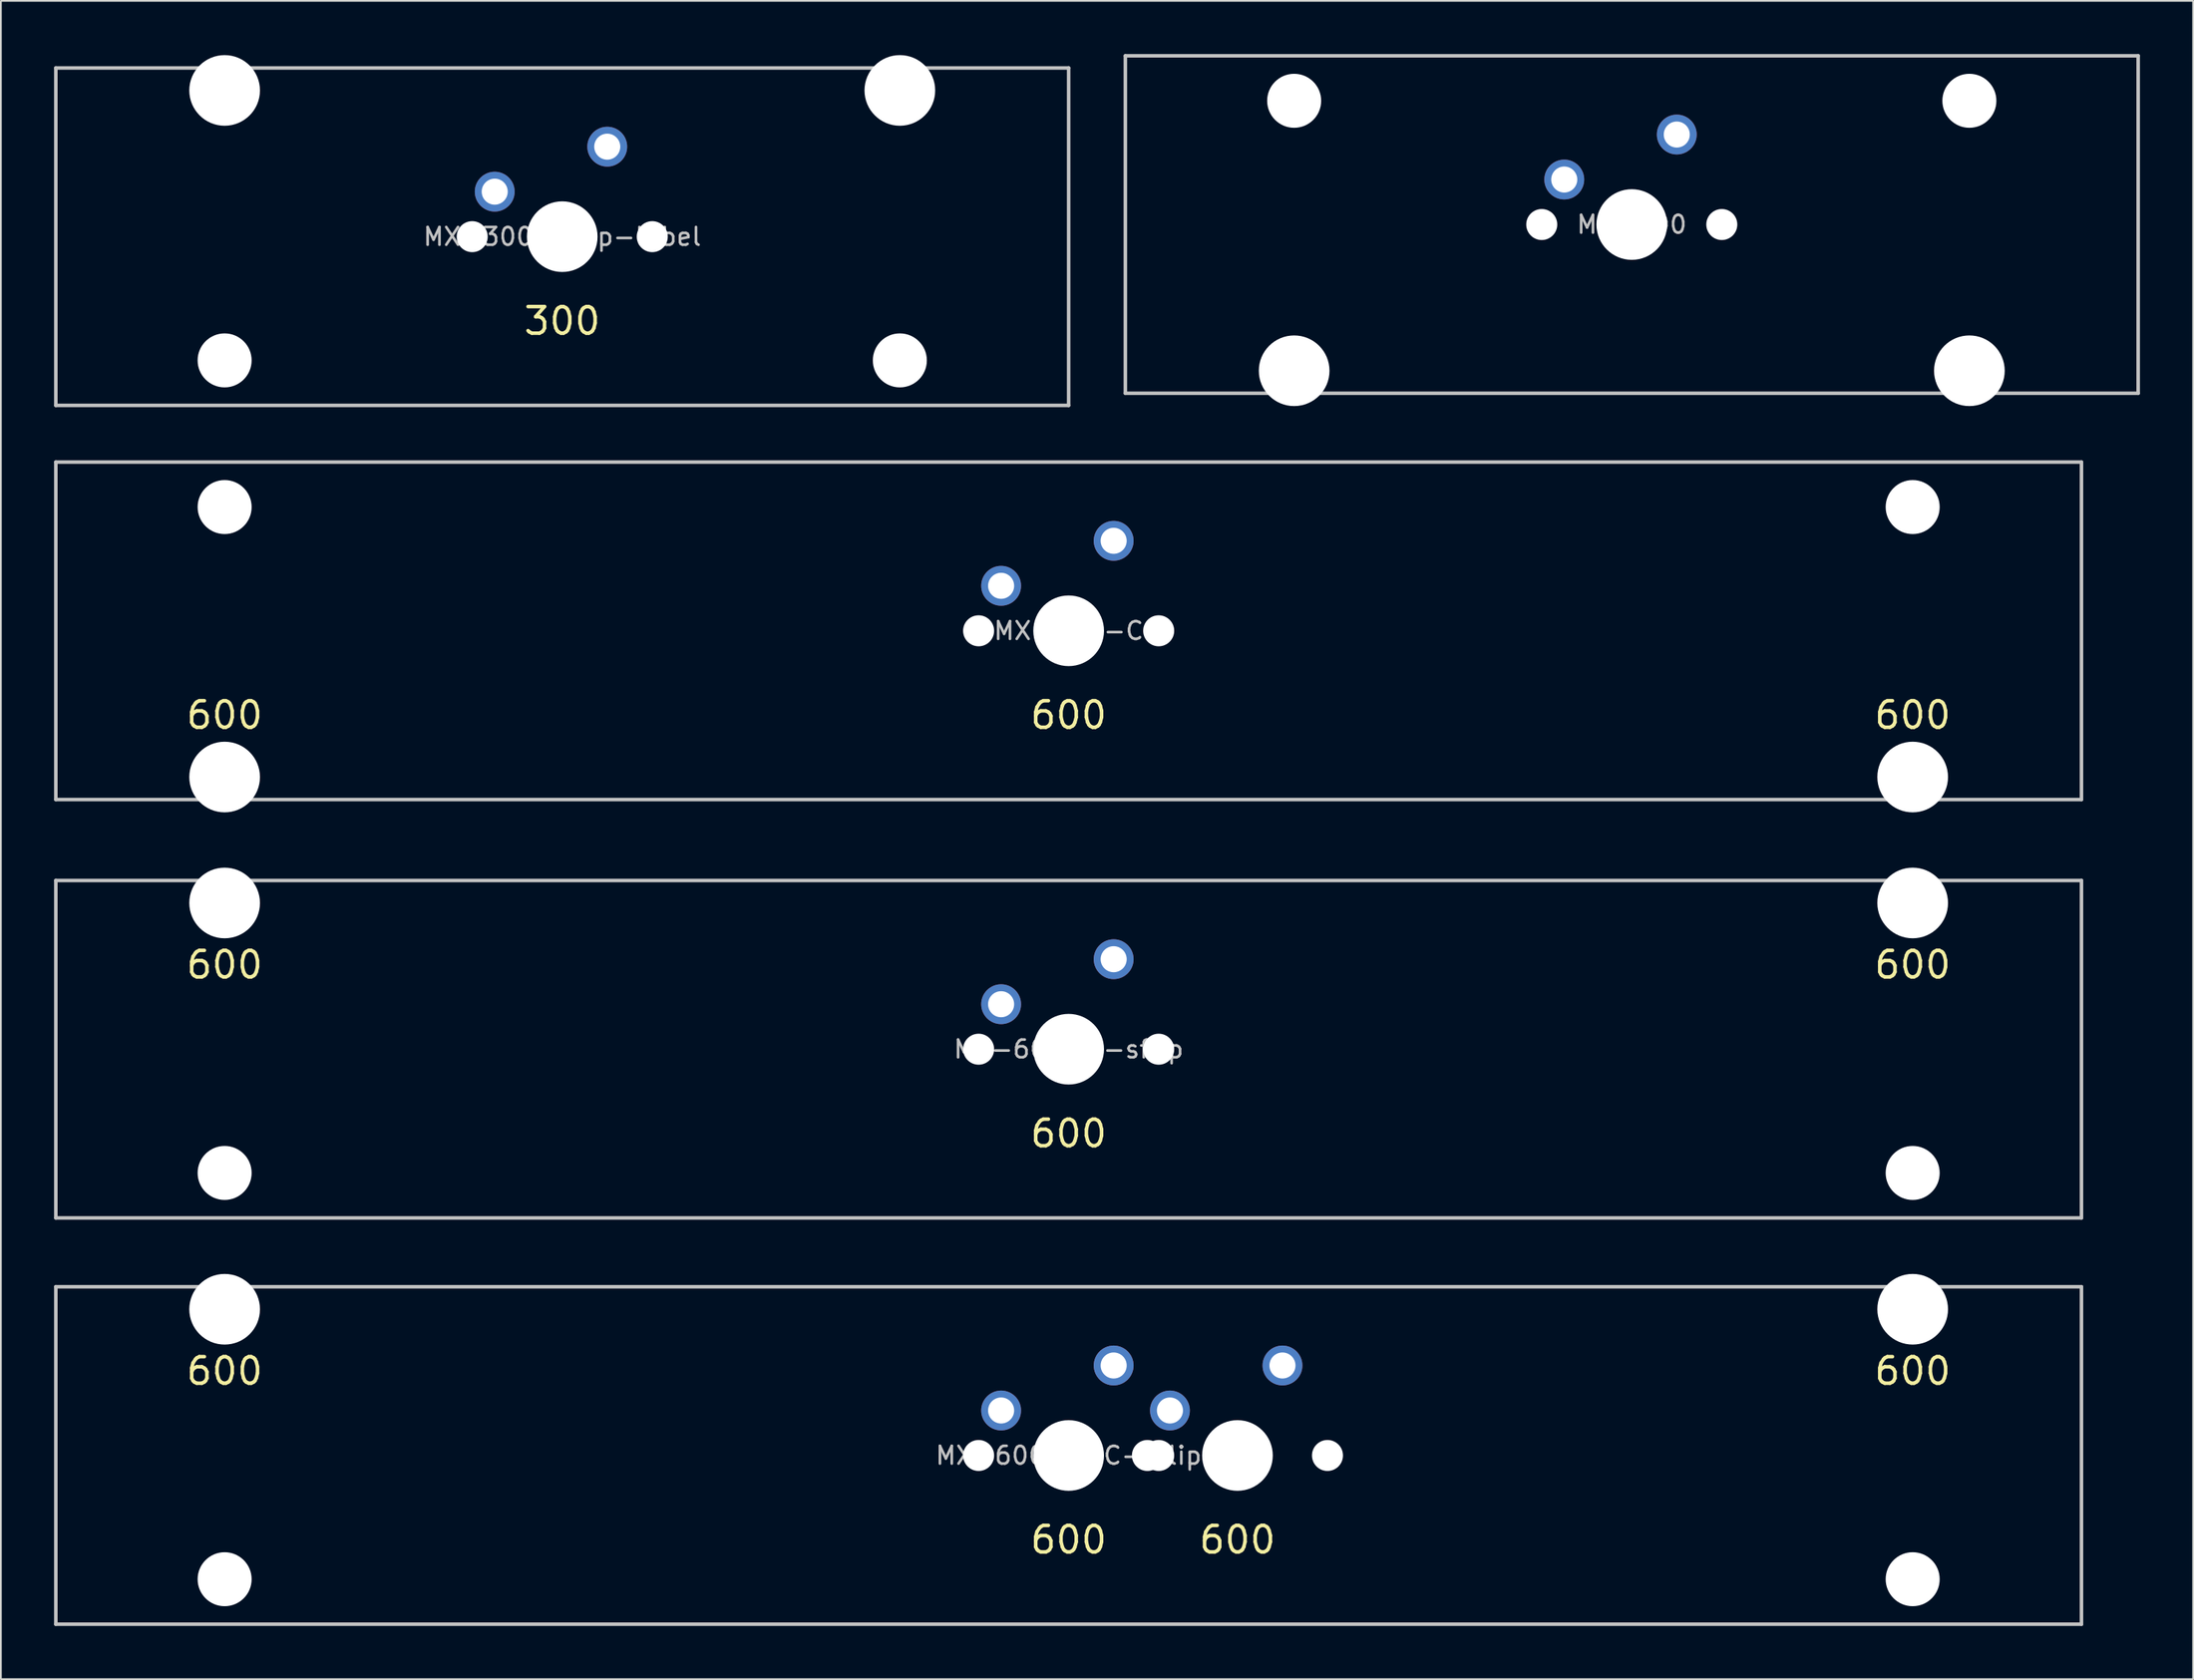
<source format=kicad_pcb>
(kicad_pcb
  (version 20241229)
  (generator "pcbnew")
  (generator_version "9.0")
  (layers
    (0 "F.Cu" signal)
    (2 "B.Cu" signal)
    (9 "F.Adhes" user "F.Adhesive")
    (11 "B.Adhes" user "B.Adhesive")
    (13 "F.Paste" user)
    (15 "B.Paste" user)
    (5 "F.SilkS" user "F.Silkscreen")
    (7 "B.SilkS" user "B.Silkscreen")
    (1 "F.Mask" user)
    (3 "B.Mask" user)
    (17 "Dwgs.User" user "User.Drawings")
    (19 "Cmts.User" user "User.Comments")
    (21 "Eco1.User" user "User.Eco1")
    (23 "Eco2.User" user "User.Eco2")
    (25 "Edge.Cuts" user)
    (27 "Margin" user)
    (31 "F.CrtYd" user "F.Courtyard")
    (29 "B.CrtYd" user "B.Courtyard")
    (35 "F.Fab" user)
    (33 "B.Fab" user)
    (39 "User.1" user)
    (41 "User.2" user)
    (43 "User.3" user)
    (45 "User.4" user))
  (footprint "MX-600-COC-sflip"
    (layer "F.Cu")
    (at 57.25 79.115)
    (property "Reference" "MX-600-COC-sflip" (at 0 0 0) (layer "Dwgs.User") (effects (font (size 1 1) (thickness 0.15))))
    (attr through_hole)
    (fp_line (start -57.15 -9.525) (end 57.15 -9.525) (stroke (width 0.2) (type solid)) (layer "Dwgs.User"))
    (fp_line (start -57.15 9.525) (end -57.15 -9.525) (stroke (width 0.2) (type solid)) (layer "Dwgs.User"))
    (fp_line (start -57.15 9.525) (end 57.15 9.525) (stroke (width 0.2) (type solid)) (layer "Dwgs.User"))
    (fp_line (start 57.15 -9.525) (end 57.15 9.525) (stroke (width 0.2) (type solid)) (layer "Dwgs.User"))
    (fp_line (start -51.055 -10.25) (end -51.055 8.95) (stroke (width 0.12) (type solid)) (layer "Eco1.User"))
    (fp_line (start -51.055 8.95) (end -44.195 8.95) (stroke (width 0.12) (type solid)) (layer "Eco1.User"))
    (fp_line (start -44.195 -7) (end -16.525 -7) (stroke (width 0.12) (type solid)) (layer "Eco1.User"))
    (fp_line (start -44.195 8.95) (end -44.195 -7) (stroke (width 0.12) (type solid)) (layer "Eco1.User"))
    (fp_line (start -16.525 7) (end -16.525 -7) (stroke (width 0.12) (type solid)) (layer "Eco1.User"))
    (fp_line (start 16.525 -7) (end 44.195 -7) (stroke (width 0.12) (type solid)) (layer "Eco1.User"))
    (fp_line (start 16.525 7) (end -16.525 7) (stroke (width 0.12) (type solid)) (layer "Eco1.User"))
    (fp_line (start 16.525 7) (end 16.525 -7) (stroke (width 0.12) (type solid)) (layer "Eco1.User"))
    (fp_line (start 44.195 -7) (end 44.195 8.95) (stroke (width 0.12) (type solid)) (layer "Eco1.User"))
    (fp_line (start 44.195 8.95) (end 51.055 8.95) (stroke (width 0.12) (type solid)) (layer "Eco1.User"))
    (fp_line (start 51.055 -10.25) (end -51.055 -10.25) (stroke (width 0.12) (type solid)) (layer "Eco1.User"))
    (fp_line (start 51.055 8.95) (end 51.055 -10.25) (stroke (width 0.12) (type solid)) (layer "Eco1.User"))
    (fp_circle (center -47.625 6.985) (end -50.125 6.985) (stroke (width 0.12) (type solid)) (fill no) (layer "Eco2.User"))
    (fp_circle (center 47.625 6.985) (end 45.125 6.985) (stroke (width 0.12) (type solid)) (fill no) (layer "Eco2.User"))
    (fp_text user "600" (at 0 4.763 0) (layer "F.SilkS") (effects (font (size 1.5 1.5) (thickness 0.2))))
    (fp_text user "600" (at 47.625 -4.763 0) (layer "F.SilkS") (effects (font (size 1.5 1.5) (thickness 0.2))))
    (fp_text user "600" (at -47.625 -4.763 0) (layer "F.SilkS") (effects (font (size 1.5 1.5) (thickness 0.2))))
    (fp_text user "600" (at 9.525 4.763 0) (layer "F.SilkS") (effects (font (size 1.5 1.5) (thickness 0.2))))
    (pad "" np_thru_hole circle (at -47.625 -8.255 180) (size 3.988 3.988) (drill 3.988) (layers "*.Cu" "*.Mask"))
    (pad "" np_thru_hole circle (at -47.625 6.985 180) (size 3.048 3.048) (drill 3.048) (layers "*.Cu" "*.Mask"))
    (pad "" np_thru_hole circle (at -5.08 0) (size 1.75 1.75) (drill 1.75) (layers "*.Cu" "*.Mask"))
    (pad "" np_thru_hole circle (at 0 0) (size 3.988 3.988) (drill 3.988) (layers "*.Cu" "*.Mask"))
    (pad "" np_thru_hole circle (at 4.445 0) (size 1.75 1.75) (drill 1.75) (layers "*.Cu" "*.Mask"))
    (pad "" np_thru_hole circle (at 5.08 0) (size 1.75 1.75) (drill 1.75) (layers "*.Cu" "*.Mask"))
    (pad "" np_thru_hole circle (at 9.525 0) (size 3.988 3.988) (drill 3.988) (layers "*.Cu" "*.Mask"))
    (pad "" np_thru_hole circle (at 14.605 0) (size 1.75 1.75) (drill 1.75) (layers "*.Cu" "*.Mask"))
    (pad "" np_thru_hole circle (at 47.625 -8.255 180) (size 3.988 3.988) (drill 3.988) (layers "*.Cu" "*.Mask"))
    (pad "" np_thru_hole circle (at 47.625 6.985 180) (size 3.048 3.048) (drill 3.048) (layers "*.Cu" "*.Mask"))
    (pad "1" thru_hole circle (at 2.54 -5.08) (size 2.25 2.25) (drill 1.47) (layers "*.Cu" "B.Mask"))
    (pad "1" thru_hole circle (at 5.715 -2.54) (size 2.25 2.25) (drill 1.47) (layers "*.Cu" "B.Mask"))
    (pad "2" thru_hole circle (at -3.81 -2.54) (size 2.25 2.25) (drill 1.47) (layers "*.Cu" "B.Mask"))
    (pad "2" thru_hole circle (at 12.065 -5.08) (size 2.25 2.25) (drill 1.47) (layers "*.Cu" "B.Mask")))
  (footprint "MX-300-sflip-label"
    (layer "F.Cu")
    (at 28.675 10.31)
    (property "Reference" "MX-300-sflip-label" (at 0 0 0) (layer "Dwgs.User") (effects (font (size 1 1) (thickness 0.15))))
    (attr through_hole)
    (fp_line (start -28.575 -9.525) (end 28.575 -9.525) (stroke (width 0.2) (type solid)) (layer "Dwgs.User"))
    (fp_line (start -28.575 9.525) (end -28.575 -9.525) (stroke (width 0.2) (type solid)) (layer "Dwgs.User"))
    (fp_line (start -28.575 9.525) (end 28.575 9.525) (stroke (width 0.2) (type solid)) (layer "Dwgs.User"))
    (fp_line (start 28.575 -9.525) (end 28.575 9.525) (stroke (width 0.2) (type solid)) (layer "Dwgs.User"))
    (fp_line (start -22.48 -10.25) (end -22.48 8.95) (stroke (width 0.12) (type solid)) (layer "Eco1.User"))
    (fp_line (start -22.48 8.95) (end -15.62 8.95) (stroke (width 0.12) (type solid)) (layer "Eco1.User"))
    (fp_line (start -15.62 -7) (end -7 -7) (stroke (width 0.12) (type solid)) (layer "Eco1.User"))
    (fp_line (start -15.62 8.95) (end -15.62 -7) (stroke (width 0.12) (type solid)) (layer "Eco1.User"))
    (fp_line (start -7 7) (end -7 -7) (stroke (width 0.12) (type solid)) (layer "Eco1.User"))
    (fp_line (start 7 -7) (end 15.62 -7) (stroke (width 0.12) (type solid)) (layer "Eco1.User"))
    (fp_line (start 7 7) (end -7 7) (stroke (width 0.12) (type solid)) (layer "Eco1.User"))
    (fp_line (start 7 7) (end 7 -7) (stroke (width 0.12) (type solid)) (layer "Eco1.User"))
    (fp_line (start 15.62 -7) (end 15.62 8.95) (stroke (width 0.12) (type solid)) (layer "Eco1.User"))
    (fp_line (start 15.62 8.95) (end 22.48 8.95) (stroke (width 0.12) (type solid)) (layer "Eco1.User"))
    (fp_line (start 22.48 -10.25) (end -22.48 -10.25) (stroke (width 0.12) (type solid)) (layer "Eco1.User"))
    (fp_line (start 22.48 8.95) (end 22.48 -10.25) (stroke (width 0.12) (type solid)) (layer "Eco1.User"))
    (fp_circle (center -19.05 6.985) (end -21.55 6.985) (stroke (width 0.12) (type solid)) (fill no) (layer "Eco2.User"))
    (fp_circle (center 19.05 6.985) (end 16.55 6.985) (stroke (width 0.12) (type solid)) (fill no) (layer "Eco2.User"))
    (fp_text user "300" (at 0 4.763 0) (layer "F.SilkS") (effects (font (size 1.5 1.5) (thickness 0.2))))
    (pad "" np_thru_hole circle (at -19.05 -8.255 180) (size 3.988 3.988) (drill 3.988) (layers "*.Cu" "*.Mask"))
    (pad "" np_thru_hole circle (at -19.05 6.985 180) (size 3.048 3.048) (drill 3.048) (layers "*.Cu" "*.Mask"))
    (pad "" np_thru_hole circle (at -5.08 0) (size 1.75 1.75) (drill 1.75) (layers "*.Cu" "*.Mask"))
    (pad "" np_thru_hole circle (at 0 0) (size 3.988 3.988) (drill 3.988) (layers "*.Cu" "*.Mask"))
    (pad "" np_thru_hole circle (at 5.08 0) (size 1.75 1.75) (drill 1.75) (layers "*.Cu" "*.Mask"))
    (pad "" np_thru_hole circle (at 19.05 -8.255 180) (size 3.988 3.988) (drill 3.988) (layers "*.Cu" "*.Mask"))
    (pad "" np_thru_hole circle (at 19.05 6.985 180) (size 3.048 3.048) (drill 3.048) (layers "*.Cu" "*.Mask"))
    (pad "1" thru_hole circle (at 2.54 -5.08) (size 2.25 2.25) (drill 1.47) (layers "*.Cu" "B.Mask"))
    (pad "2" thru_hole circle (at -3.81 -2.54) (size 2.25 2.25) (drill 1.47) (layers "*.Cu" "B.Mask")))
  (footprint "MX-600-C-sflip"
    (layer "F.Cu")
    (at 57.25 56.18)
    (property "Reference" "MX-600-C-sflip" (at 0 0 0) (layer "Dwgs.User") (effects (font (size 1 1) (thickness 0.15))))
    (attr through_hole)
    (fp_line (start -57.15 -9.525) (end 57.15 -9.525) (stroke (width 0.2) (type solid)) (layer "Dwgs.User"))
    (fp_line (start -57.15 9.525) (end -57.15 -9.525) (stroke (width 0.2) (type solid)) (layer "Dwgs.User"))
    (fp_line (start -57.15 9.525) (end 57.15 9.525) (stroke (width 0.2) (type solid)) (layer "Dwgs.User"))
    (fp_line (start 57.15 -9.525) (end 57.15 9.525) (stroke (width 0.2) (type solid)) (layer "Dwgs.User"))
    (fp_line (start -51.055 -10.25) (end -51.055 8.95) (stroke (width 0.12) (type solid)) (layer "Eco1.User"))
    (fp_line (start -51.055 8.95) (end -44.195 8.95) (stroke (width 0.12) (type solid)) (layer "Eco1.User"))
    (fp_line (start -44.195 -7) (end -7 -7) (stroke (width 0.12) (type solid)) (layer "Eco1.User"))
    (fp_line (start -44.195 8.95) (end -44.195 -7) (stroke (width 0.12) (type solid)) (layer "Eco1.User"))
    (fp_line (start -7 7) (end -7 -7) (stroke (width 0.12) (type solid)) (layer "Eco1.User"))
    (fp_line (start 7 -7) (end 44.195 -7) (stroke (width 0.12) (type solid)) (layer "Eco1.User"))
    (fp_line (start 7 7) (end -7 7) (stroke (width 0.12) (type solid)) (layer "Eco1.User"))
    (fp_line (start 7 7) (end 7 -7) (stroke (width 0.12) (type solid)) (layer "Eco1.User"))
    (fp_line (start 44.195 -7) (end 44.195 8.95) (stroke (width 0.12) (type solid)) (layer "Eco1.User"))
    (fp_line (start 44.195 8.95) (end 51.055 8.95) (stroke (width 0.12) (type solid)) (layer "Eco1.User"))
    (fp_line (start 51.055 -10.25) (end -51.055 -10.25) (stroke (width 0.12) (type solid)) (layer "Eco1.User"))
    (fp_line (start 51.055 8.95) (end 51.055 -10.25) (stroke (width 0.12) (type solid)) (layer "Eco1.User"))
    (fp_circle (center -47.625 6.985) (end -50.125 6.985) (stroke (width 0.12) (type solid)) (fill no) (layer "Eco2.User"))
    (fp_circle (center 47.625 6.985) (end 45.125 6.985) (stroke (width 0.12) (type solid)) (fill no) (layer "Eco2.User"))
    (fp_text user "600" (at 0 4.763 0) (layer "F.SilkS") (effects (font (size 1.5 1.5) (thickness 0.2))))
    (fp_text user "600" (at 47.625 -4.763 0) (layer "F.SilkS") (effects (font (size 1.5 1.5) (thickness 0.2))))
    (fp_text user "600" (at -47.625 -4.763 0) (layer "F.SilkS") (effects (font (size 1.5 1.5) (thickness 0.2))))
    (pad "" np_thru_hole circle (at -47.625 -8.255 180) (size 3.988 3.988) (drill 3.988) (layers "*.Cu" "*.Mask"))
    (pad "" np_thru_hole circle (at -47.625 6.985 180) (size 3.048 3.048) (drill 3.048) (layers "*.Cu" "*.Mask"))
    (pad "" np_thru_hole circle (at -5.08 0) (size 1.75 1.75) (drill 1.75) (layers "*.Cu" "*.Mask"))
    (pad "" np_thru_hole circle (at 0 0) (size 3.988 3.988) (drill 3.988) (layers "*.Cu" "*.Mask"))
    (pad "" np_thru_hole circle (at 5.08 0) (size 1.75 1.75) (drill 1.75) (layers "*.Cu" "*.Mask"))
    (pad "" np_thru_hole circle (at 47.625 -8.255 180) (size 3.988 3.988) (drill 3.988) (layers "*.Cu" "*.Mask"))
    (pad "" np_thru_hole circle (at 47.625 6.985 180) (size 3.048 3.048) (drill 3.048) (layers "*.Cu" "*.Mask"))
    (pad "1" thru_hole circle (at 2.54 -5.08) (size 2.25 2.25) (drill 1.47) (layers "*.Cu" "B.Mask"))
    (pad "2" thru_hole circle (at -3.81 -2.54) (size 2.25 2.25) (drill 1.47) (layers "*.Cu" "B.Mask")))
  (footprint "MX-600-C"
    (layer "F.Cu")
    (at 57.25 32.56)
    (property "Reference" "MX-600-C" (at 0 0 0) (layer "Dwgs.User") (effects (font (size 1 1) (thickness 0.15))))
    (attr through_hole)
    (fp_line (start -57.15 9.525) (end -57.15 -9.525) (stroke (width 0.2) (type solid)) (layer "Dwgs.User"))
    (fp_line (start 57.15 -9.525) (end -57.15 -9.525) (stroke (width 0.2) (type solid)) (layer "Dwgs.User"))
    (fp_line (start 57.15 -9.525) (end 57.15 9.525) (stroke (width 0.2) (type solid)) (layer "Dwgs.User"))
    (fp_line (start 57.15 9.525) (end -57.15 9.525) (stroke (width 0.2) (type solid)) (layer "Dwgs.User"))
    (fp_line (start -51.055 -8.95) (end -51.055 10.25) (stroke (width 0.12) (type solid)) (layer "Eco1.User"))
    (fp_line (start -51.055 10.25) (end 51.055 10.25) (stroke (width 0.12) (type solid)) (layer "Eco1.User"))
    (fp_line (start -44.195 -8.95) (end -51.055 -8.95) (stroke (width 0.12) (type solid)) (layer "Eco1.User"))
    (fp_line (start -44.195 7) (end -44.195 -8.95) (stroke (width 0.12) (type solid)) (layer "Eco1.User"))
    (fp_line (start -7 -7) (end -7 7) (stroke (width 0.12) (type solid)) (layer "Eco1.User"))
    (fp_line (start -7 -7) (end 7 -7) (stroke (width 0.12) (type solid)) (layer "Eco1.User"))
    (fp_line (start -7 7) (end -44.195 7) (stroke (width 0.12) (type solid)) (layer "Eco1.User"))
    (fp_line (start 7 -7) (end 7 7) (stroke (width 0.12) (type solid)) (layer "Eco1.User"))
    (fp_line (start 44.195 -8.95) (end 44.195 7) (stroke (width 0.12) (type solid)) (layer "Eco1.User"))
    (fp_line (start 44.195 7) (end 7 7) (stroke (width 0.12) (type solid)) (layer "Eco1.User"))
    (fp_line (start 51.055 -8.95) (end 44.195 -8.95) (stroke (width 0.12) (type solid)) (layer "Eco1.User"))
    (fp_line (start 51.055 10.25) (end 51.055 -8.95) (stroke (width 0.12) (type solid)) (layer "Eco1.User"))
    (fp_circle (center -47.625 -6.985) (end -45.125 -6.985) (stroke (width 0.12) (type solid)) (fill no) (layer "Eco2.User"))
    (fp_circle (center 47.625 -6.985) (end 50.125 -6.985) (stroke (width 0.12) (type solid)) (fill no) (layer "Eco2.User"))
    (fp_text user "600" (at 47.625 4.763 0) (layer "F.SilkS") (effects (font (size 1.5 1.5) (thickness 0.2))))
    (fp_text user "600" (at 0 4.763 0) (layer "F.SilkS") (effects (font (size 1.5 1.5) (thickness 0.2))))
    (fp_text user "600" (at -47.625 4.763 0) (layer "F.SilkS") (effects (font (size 1.5 1.5) (thickness 0.2))))
    (pad "" np_thru_hole circle (at -47.625 -6.985) (size 3.048 3.048) (drill 3.048) (layers "*.Cu" "*.Mask"))
    (pad "" np_thru_hole circle (at -47.625 8.255) (size 3.988 3.988) (drill 3.988) (layers "*.Cu" "*.Mask"))
    (pad "" np_thru_hole circle (at -5.08 0) (size 1.75 1.75) (drill 1.75) (layers "*.Cu" "*.Mask"))
    (pad "" np_thru_hole circle (at 0 0) (size 3.988 3.988) (drill 3.988) (layers "*.Cu" "*.Mask"))
    (pad "" np_thru_hole circle (at 5.08 0) (size 1.75 1.75) (drill 1.75) (layers "*.Cu" "*.Mask"))
    (pad "" np_thru_hole circle (at 47.625 -6.985) (size 3.048 3.048) (drill 3.048) (layers "*.Cu" "*.Mask"))
    (pad "" np_thru_hole circle (at 47.625 8.255) (size 3.988 3.988) (drill 3.988) (layers "*.Cu" "*.Mask"))
    (pad "1" thru_hole circle (at 2.54 -5.08) (size 2.25 2.25) (drill 1.47) (layers "*.Cu" "B.Mask"))
    (pad "2" thru_hole circle (at -3.81 -2.54) (size 2.25 2.25) (drill 1.47) (layers "*.Cu" "B.Mask")))
  (footprint "MX-300"
    (layer "F.Cu")
    (at 89.025 9.625)
    (property "Reference" "MX-300" (at 0 0 0) (layer "Dwgs.User") (effects (font (size 1 1) (thickness 0.15))))
    (attr through_hole)
    (fp_line (start -28.575 9.525) (end -28.575 -9.525) (stroke (width 0.2) (type solid)) (layer "Dwgs.User"))
    (fp_line (start 28.575 -9.525) (end -28.575 -9.525) (stroke (width 0.2) (type solid)) (layer "Dwgs.User"))
    (fp_line (start 28.575 -9.525) (end 28.575 9.525) (stroke (width 0.2) (type solid)) (layer "Dwgs.User"))
    (fp_line (start 28.575 9.525) (end -28.575 9.525) (stroke (width 0.2) (type solid)) (layer "Dwgs.User"))
    (fp_line (start -22.48 -8.95) (end -22.48 10.25) (stroke (width 0.12) (type solid)) (layer "Eco1.User"))
    (fp_line (start -22.48 10.25) (end 22.48 10.25) (stroke (width 0.12) (type solid)) (layer "Eco1.User"))
    (fp_line (start -15.62 -8.95) (end -22.48 -8.95) (stroke (width 0.12) (type solid)) (layer "Eco1.User"))
    (fp_line (start -15.62 7) (end -15.62 -8.95) (stroke (width 0.12) (type solid)) (layer "Eco1.User"))
    (fp_line (start -7 -7) (end -7 7) (stroke (width 0.12) (type solid)) (layer "Eco1.User"))
    (fp_line (start -7 -7) (end 7 -7) (stroke (width 0.12) (type solid)) (layer "Eco1.User"))
    (fp_line (start -7 7) (end -15.62 7) (stroke (width 0.12) (type solid)) (layer "Eco1.User"))
    (fp_line (start 7 -7) (end 7 7) (stroke (width 0.12) (type solid)) (layer "Eco1.User"))
    (fp_line (start 15.62 -8.95) (end 15.62 7) (stroke (width 0.12) (type solid)) (layer "Eco1.User"))
    (fp_line (start 15.62 7) (end 7 7) (stroke (width 0.12) (type solid)) (layer "Eco1.User"))
    (fp_line (start 22.48 -8.95) (end 15.62 -8.95) (stroke (width 0.12) (type solid)) (layer "Eco1.User"))
    (fp_line (start 22.48 10.25) (end 22.48 -8.95) (stroke (width 0.12) (type solid)) (layer "Eco1.User"))
    (fp_circle (center -19.05 -6.985) (end -16.55 -6.985) (stroke (width 0.12) (type solid)) (fill no) (layer "Eco2.User"))
    (fp_circle (center 19.05 -6.985) (end 21.55 -6.985) (stroke (width 0.12) (type solid)) (fill no) (layer "Eco2.User"))
    (pad "" np_thru_hole circle (at -19.05 -6.985) (size 3.048 3.048) (drill 3.048) (layers "*.Cu" "*.Mask"))
    (pad "" np_thru_hole circle (at -19.05 8.255) (size 3.988 3.988) (drill 3.988) (layers "*.Cu" "*.Mask"))
    (pad "" np_thru_hole circle (at -5.08 0) (size 1.75 1.75) (drill 1.75) (layers "*.Cu" "*.Mask"))
    (pad "" np_thru_hole circle (at 0 0) (size 3.988 3.988) (drill 3.988) (layers "*.Cu" "*.Mask"))
    (pad "" np_thru_hole circle (at 5.08 0) (size 1.75 1.75) (drill 1.75) (layers "*.Cu" "*.Mask"))
    (pad "" np_thru_hole circle (at 19.05 -6.985) (size 3.048 3.048) (drill 3.048) (layers "*.Cu" "*.Mask"))
    (pad "" np_thru_hole circle (at 19.05 8.255) (size 3.988 3.988) (drill 3.988) (layers "*.Cu" "*.Mask"))
    (pad "1" thru_hole circle (at 2.54 -5.08) (size 2.25 2.25) (drill 1.47) (layers "*.Cu" "B.Mask"))
    (pad "2" thru_hole circle (at -3.81 -2.54) (size 2.25 2.25) (drill 1.47) (layers "*.Cu" "B.Mask")))
  (gr_rect
    (start -3 -3)
    (end 120.7 91.74)
    (stroke (width 0.1) (type default))
    (fill no)
    (layer "Edge.Cuts")))
</source>
